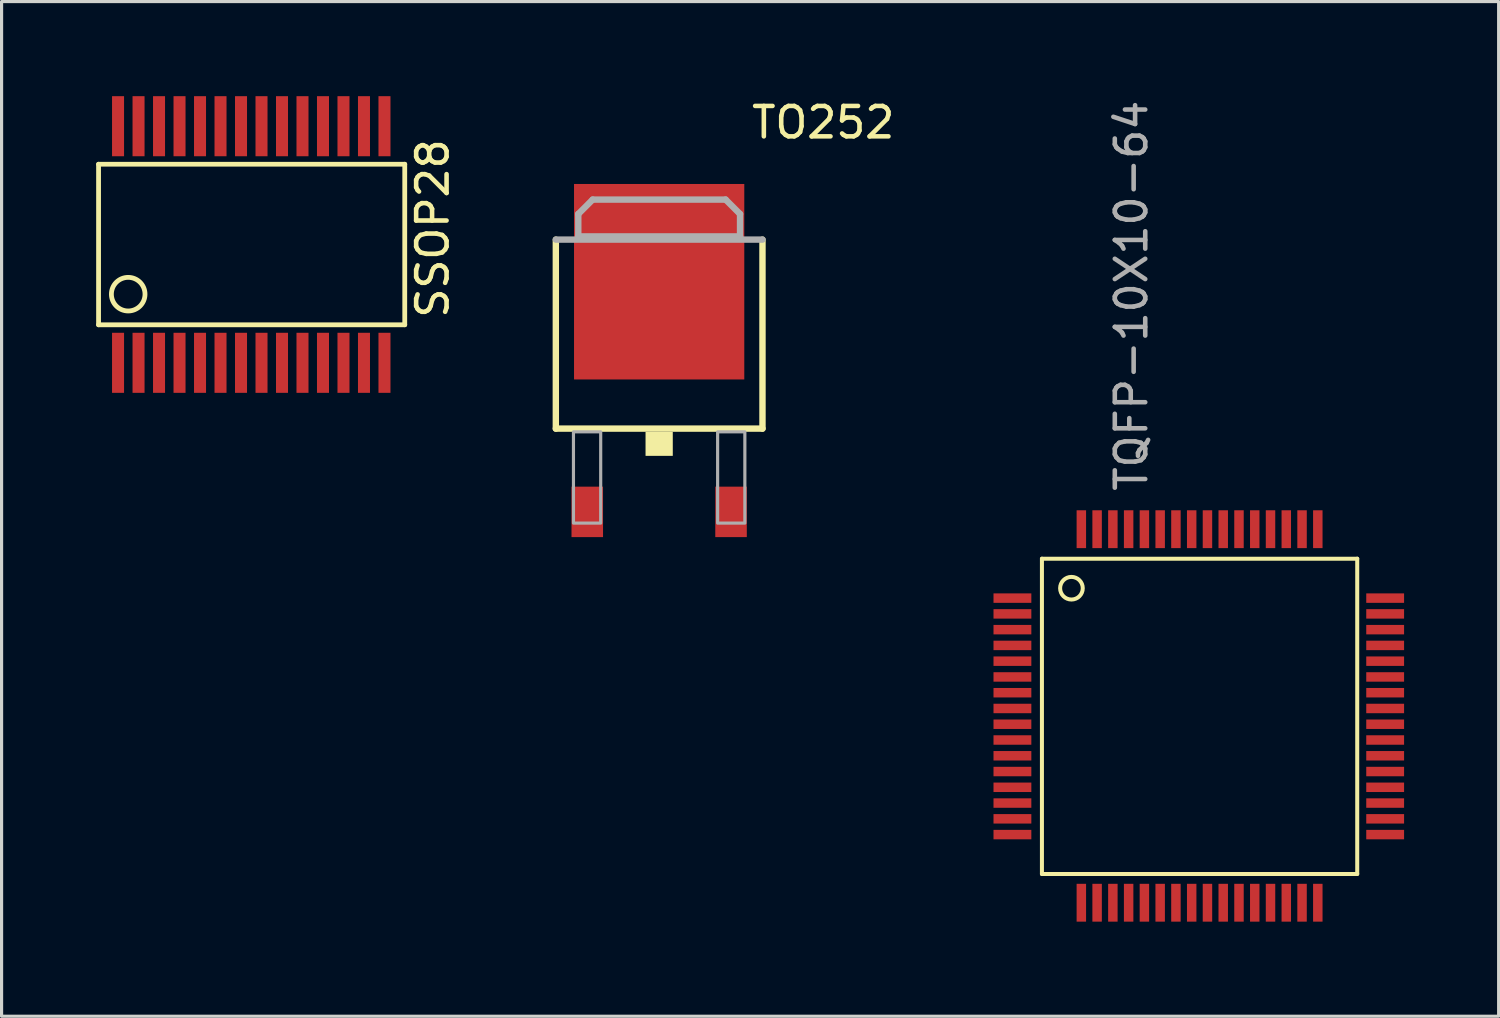
<source format=kicad_pcb>
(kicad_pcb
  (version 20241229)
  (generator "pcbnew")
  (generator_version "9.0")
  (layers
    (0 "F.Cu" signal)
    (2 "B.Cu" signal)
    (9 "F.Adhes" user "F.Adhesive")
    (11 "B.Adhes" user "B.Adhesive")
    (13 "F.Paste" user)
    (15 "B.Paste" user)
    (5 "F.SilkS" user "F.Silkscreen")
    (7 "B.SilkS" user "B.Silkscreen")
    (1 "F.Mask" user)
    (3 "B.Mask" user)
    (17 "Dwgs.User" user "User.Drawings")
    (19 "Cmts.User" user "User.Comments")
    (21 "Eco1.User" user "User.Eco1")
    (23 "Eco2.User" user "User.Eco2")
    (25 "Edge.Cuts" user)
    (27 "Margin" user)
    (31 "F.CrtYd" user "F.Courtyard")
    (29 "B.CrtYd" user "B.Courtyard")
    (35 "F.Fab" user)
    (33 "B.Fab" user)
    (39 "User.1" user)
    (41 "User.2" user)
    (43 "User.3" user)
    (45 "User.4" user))
  (footprint "SSOP28"
    (layer "F.Cu")
    (at 5.244 4.705)
    (property "Reference" "SSOP28" (at 5.995 2.413 90) (layer "F.SilkS") (effects (font (size 0.965 0.965) (thickness 0.145)) (justify left bottom)))
    (attr through_hole)
    (fp_line (start -5.168 -2.546) (end -5.168 2.546) (stroke (width 0.152) (type solid)) (layer "F.SilkS"))
    (fp_line (start -5.168 2.546) (end 4.543 2.546) (stroke (width 0.152) (type solid)) (layer "F.SilkS"))
    (fp_line (start 4.543 -2.546) (end -5.168 -2.546) (stroke (width 0.152) (type solid)) (layer "F.SilkS"))
    (fp_line (start 4.543 2.546) (end 4.543 -2.546) (stroke (width 0.152) (type solid)) (layer "F.SilkS"))
    (fp_circle (center -4.228 1.575) (end -3.695 1.575) (stroke (width 0.152) (type solid)) (fill no) (layer "F.SilkS"))
    (pad "1" smd rect (at -4.55 3.752 90) (size 1.905 0.381) (layers "F.Cu" "F.Mask" "F.Paste"))
    (pad "2" smd rect (at -3.9 3.752 90) (size 1.905 0.381) (layers "F.Cu" "F.Mask" "F.Paste"))
    (pad "3" smd rect (at -3.25 3.752 90) (size 1.905 0.381) (layers "F.Cu" "F.Mask" "F.Paste"))
    (pad "4" smd rect (at -2.6 3.752 90) (size 1.905 0.381) (layers "F.Cu" "F.Mask" "F.Paste"))
    (pad "5" smd rect (at -1.95 3.752 90) (size 1.905 0.381) (layers "F.Cu" "F.Mask" "F.Paste"))
    (pad "6" smd rect (at -1.3 3.752 90) (size 1.905 0.381) (layers "F.Cu" "F.Mask" "F.Paste"))
    (pad "7" smd rect (at -0.65 3.752 90) (size 1.905 0.381) (layers "F.Cu" "F.Mask" "F.Paste"))
    (pad "8" smd rect (at 0 3.752 90) (size 1.905 0.381) (layers "F.Cu" "F.Mask" "F.Paste"))
    (pad "9" smd rect (at 0.65 3.752 90) (size 1.905 0.381) (layers "F.Cu" "F.Mask" "F.Paste"))
    (pad "10" smd rect (at 1.3 3.752 90) (size 1.905 0.381) (layers "F.Cu" "F.Mask" "F.Paste"))
    (pad "11" smd rect (at 1.95 3.752 90) (size 1.905 0.381) (layers "F.Cu" "F.Mask" "F.Paste"))
    (pad "12" smd rect (at 2.6 3.752 90) (size 1.905 0.381) (layers "F.Cu" "F.Mask" "F.Paste"))
    (pad "13" smd rect (at 3.25 3.752 90) (size 1.905 0.381) (layers "F.Cu" "F.Mask" "F.Paste"))
    (pad "14" smd rect (at 3.9 3.752 90) (size 1.905 0.381) (layers "F.Cu" "F.Mask" "F.Paste"))
    (pad "15" smd rect (at 3.9 -3.752 90) (size 1.905 0.381) (layers "F.Cu" "F.Mask" "F.Paste"))
    (pad "16" smd rect (at 3.25 -3.752 90) (size 1.905 0.381) (layers "F.Cu" "F.Mask" "F.Paste"))
    (pad "17" smd rect (at 2.6 -3.752 90) (size 1.905 0.381) (layers "F.Cu" "F.Mask" "F.Paste"))
    (pad "18" smd rect (at 1.95 -3.752 90) (size 1.905 0.381) (layers "F.Cu" "F.Mask" "F.Paste"))
    (pad "19" smd rect (at 1.3 -3.752 90) (size 1.905 0.381) (layers "F.Cu" "F.Mask" "F.Paste"))
    (pad "20" smd rect (at 0.65 -3.752 90) (size 1.905 0.381) (layers "F.Cu" "F.Mask" "F.Paste"))
    (pad "21" smd rect (at 0 -3.752 90) (size 1.905 0.381) (layers "F.Cu" "F.Mask" "F.Paste"))
    (pad "22" smd rect (at -0.65 -3.752 90) (size 1.905 0.381) (layers "F.Cu" "F.Mask" "F.Paste"))
    (pad "23" smd rect (at -1.3 -3.752 90) (size 1.905 0.381) (layers "F.Cu" "F.Mask" "F.Paste"))
    (pad "24" smd rect (at -1.95 -3.752 90) (size 1.905 0.381) (layers "F.Cu" "F.Mask" "F.Paste"))
    (pad "25" smd rect (at -2.6 -3.752 90) (size 1.905 0.381) (layers "F.Cu" "F.Mask" "F.Paste"))
    (pad "26" smd rect (at -3.25 -3.752 90) (size 1.905 0.381) (layers "F.Cu" "F.Mask" "F.Paste"))
    (pad "27" smd rect (at -3.9 -3.752 90) (size 1.905 0.381) (layers "F.Cu" "F.Mask" "F.Paste"))
    (pad "28" smd rect (at -4.55 -3.752 90) (size 1.905 0.381) (layers "F.Cu" "F.Mask" "F.Paste")))
  (footprint "TQFP-10X10-64"
    (layer "F.Cu")
    (at 34.996 19.67)
    (property "Reference" "TQFP-10X10-64" (at -1.598 -7.065 90) (layer "F.Fab") (effects (font (size 0.965 0.965) (thickness 0.145)) (justify left bottom)))
    (attr through_hole)
    (fp_line (start -5 -5) (end -5 5) (stroke (width 0.127) (type solid)) (layer "F.SilkS"))
    (fp_line (start -5 5) (end 5 5) (stroke (width 0.127) (type solid)) (layer "F.SilkS"))
    (fp_line (start 5 -5) (end -5 -5) (stroke (width 0.127) (type solid)) (layer "F.SilkS"))
    (fp_line (start 5 5) (end 5 -5) (stroke (width 0.127) (type solid)) (layer "F.SilkS"))
    (fp_circle (center -4.064 -4.064) (end -3.705 -4.064) (stroke (width 0.127) (type solid)) (fill no) (layer "F.SilkS"))
    (pad "1" smd rect (at -5.936 -3.75 270) (size 0.3 1.2) (layers "F.Cu" "F.Mask" "F.Paste"))
    (pad "2" smd rect (at -5.936 -3.25 270) (size 0.3 1.2) (layers "F.Cu" "F.Mask" "F.Paste"))
    (pad "3" smd rect (at -5.936 -2.75 270) (size 0.3 1.2) (layers "F.Cu" "F.Mask" "F.Paste"))
    (pad "4" smd rect (at -5.936 -2.25 270) (size 0.3 1.2) (layers "F.Cu" "F.Mask" "F.Paste"))
    (pad "5" smd rect (at -5.936 -1.75 270) (size 0.3 1.2) (layers "F.Cu" "F.Mask" "F.Paste"))
    (pad "6" smd rect (at -5.936 -1.25 270) (size 0.3 1.2) (layers "F.Cu" "F.Mask" "F.Paste"))
    (pad "7" smd rect (at -5.936 -0.75 270) (size 0.3 1.2) (layers "F.Cu" "F.Mask" "F.Paste"))
    (pad "8" smd rect (at -5.936 -0.25 270) (size 0.3 1.2) (layers "F.Cu" "F.Mask" "F.Paste"))
    (pad "9" smd rect (at -5.936 0.25 270) (size 0.3 1.2) (layers "F.Cu" "F.Mask" "F.Paste"))
    (pad "10" smd rect (at -5.936 0.75 270) (size 0.3 1.2) (layers "F.Cu" "F.Mask" "F.Paste"))
    (pad "11" smd rect (at -5.936 1.25 270) (size 0.3 1.2) (layers "F.Cu" "F.Mask" "F.Paste"))
    (pad "12" smd rect (at -5.936 1.75 270) (size 0.3 1.2) (layers "F.Cu" "F.Mask" "F.Paste"))
    (pad "13" smd rect (at -5.936 2.25 270) (size 0.3 1.2) (layers "F.Cu" "F.Mask" "F.Paste"))
    (pad "14" smd rect (at -5.936 2.75 270) (size 0.3 1.2) (layers "F.Cu" "F.Mask" "F.Paste"))
    (pad "15" smd rect (at -5.936 3.25 270) (size 0.3 1.2) (layers "F.Cu" "F.Mask" "F.Paste"))
    (pad "16" smd rect (at -5.936 3.75 270) (size 0.3 1.2) (layers "F.Cu" "F.Mask" "F.Paste"))
    (pad "17" smd rect (at -3.75 5.911) (size 0.3 1.2) (layers "F.Cu" "F.Mask" "F.Paste"))
    (pad "18" smd rect (at -3.25 5.911) (size 0.3 1.2) (layers "F.Cu" "F.Mask" "F.Paste"))
    (pad "19" smd rect (at -2.75 5.911) (size 0.3 1.2) (layers "F.Cu" "F.Mask" "F.Paste"))
    (pad "20" smd rect (at -2.25 5.911) (size 0.3 1.2) (layers "F.Cu" "F.Mask" "F.Paste"))
    (pad "21" smd rect (at -1.75 5.911) (size 0.3 1.2) (layers "F.Cu" "F.Mask" "F.Paste"))
    (pad "22" smd rect (at -1.25 5.911) (size 0.3 1.2) (layers "F.Cu" "F.Mask" "F.Paste"))
    (pad "23" smd rect (at -0.75 5.911) (size 0.3 1.2) (layers "F.Cu" "F.Mask" "F.Paste"))
    (pad "24" smd rect (at -0.25 5.911) (size 0.3 1.2) (layers "F.Cu" "F.Mask" "F.Paste"))
    (pad "25" smd rect (at 0.25 5.911) (size 0.3 1.2) (layers "F.Cu" "F.Mask" "F.Paste"))
    (pad "26" smd rect (at 0.75 5.911) (size 0.3 1.2) (layers "F.Cu" "F.Mask" "F.Paste"))
    (pad "27" smd rect (at 1.25 5.911) (size 0.3 1.2) (layers "F.Cu" "F.Mask" "F.Paste"))
    (pad "28" smd rect (at 1.75 5.911) (size 0.3 1.2) (layers "F.Cu" "F.Mask" "F.Paste"))
    (pad "29" smd rect (at 2.25 5.911) (size 0.3 1.2) (layers "F.Cu" "F.Mask" "F.Paste"))
    (pad "30" smd rect (at 2.75 5.911) (size 0.3 1.2) (layers "F.Cu" "F.Mask" "F.Paste"))
    (pad "31" smd rect (at 3.25 5.911) (size 0.3 1.2) (layers "F.Cu" "F.Mask" "F.Paste"))
    (pad "32" smd rect (at 3.75 5.911) (size 0.3 1.2) (layers "F.Cu" "F.Mask" "F.Paste"))
    (pad "33" smd rect (at 5.886 3.75 90) (size 0.3 1.2) (layers "F.Cu" "F.Mask" "F.Paste"))
    (pad "34" smd rect (at 5.886 3.25 90) (size 0.3 1.2) (layers "F.Cu" "F.Mask" "F.Paste"))
    (pad "35" smd rect (at 5.886 2.75 90) (size 0.3 1.2) (layers "F.Cu" "F.Mask" "F.Paste"))
    (pad "36" smd rect (at 5.886 2.25 90) (size 0.3 1.2) (layers "F.Cu" "F.Mask" "F.Paste"))
    (pad "37" smd rect (at 5.886 1.75 90) (size 0.3 1.2) (layers "F.Cu" "F.Mask" "F.Paste"))
    (pad "38" smd rect (at 5.886 1.25 90) (size 0.3 1.2) (layers "F.Cu" "F.Mask" "F.Paste"))
    (pad "39" smd rect (at 5.886 0.75 90) (size 0.3 1.2) (layers "F.Cu" "F.Mask" "F.Paste"))
    (pad "40" smd rect (at 5.886 0.25 90) (size 0.3 1.2) (layers "F.Cu" "F.Mask" "F.Paste"))
    (pad "41" smd rect (at 5.886 -0.25 90) (size 0.3 1.2) (layers "F.Cu" "F.Mask" "F.Paste"))
    (pad "42" smd rect (at 5.886 -0.75 90) (size 0.3 1.2) (layers "F.Cu" "F.Mask" "F.Paste"))
    (pad "43" smd rect (at 5.886 -1.25 90) (size 0.3 1.2) (layers "F.Cu" "F.Mask" "F.Paste"))
    (pad "44" smd rect (at 5.886 -1.75 90) (size 0.3 1.2) (layers "F.Cu" "F.Mask" "F.Paste"))
    (pad "45" smd rect (at 5.886 -2.25 90) (size 0.3 1.2) (layers "F.Cu" "F.Mask" "F.Paste"))
    (pad "46" smd rect (at 5.886 -2.75 90) (size 0.3 1.2) (layers "F.Cu" "F.Mask" "F.Paste"))
    (pad "47" smd rect (at 5.886 -3.25 90) (size 0.3 1.2) (layers "F.Cu" "F.Mask" "F.Paste"))
    (pad "48" smd rect (at 5.886 -3.75 90) (size 0.3 1.2) (layers "F.Cu" "F.Mask" "F.Paste"))
    (pad "49" smd rect (at 3.75 -5.936 180) (size 0.3 1.2) (layers "F.Cu" "F.Mask" "F.Paste"))
    (pad "50" smd rect (at 3.25 -5.936 180) (size 0.3 1.2) (layers "F.Cu" "F.Mask" "F.Paste"))
    (pad "51" smd rect (at 2.75 -5.936 180) (size 0.3 1.2) (layers "F.Cu" "F.Mask" "F.Paste"))
    (pad "52" smd rect (at 2.25 -5.936 180) (size 0.3 1.2) (layers "F.Cu" "F.Mask" "F.Paste"))
    (pad "53" smd rect (at 1.75 -5.936 180) (size 0.3 1.2) (layers "F.Cu" "F.Mask" "F.Paste"))
    (pad "54" smd rect (at 1.25 -5.936 180) (size 0.3 1.2) (layers "F.Cu" "F.Mask" "F.Paste"))
    (pad "55" smd rect (at 0.75 -5.936 180) (size 0.3 1.2) (layers "F.Cu" "F.Mask" "F.Paste"))
    (pad "56" smd rect (at 0.25 -5.936 180) (size 0.3 1.2) (layers "F.Cu" "F.Mask" "F.Paste"))
    (pad "57" smd rect (at -0.25 -5.936 180) (size 0.3 1.2) (layers "F.Cu" "F.Mask" "F.Paste"))
    (pad "58" smd rect (at -0.75 -5.936 180) (size 0.3 1.2) (layers "F.Cu" "F.Mask" "F.Paste"))
    (pad "59" smd rect (at -1.25 -5.936 180) (size 0.3 1.2) (layers "F.Cu" "F.Mask" "F.Paste"))
    (pad "60" smd rect (at -1.75 -5.936 180) (size 0.3 1.2) (layers "F.Cu" "F.Mask" "F.Paste"))
    (pad "61" smd rect (at -2.25 -5.936 180) (size 0.3 1.2) (layers "F.Cu" "F.Mask" "F.Paste"))
    (pad "62" smd rect (at -2.75 -5.936 180) (size 0.3 1.2) (layers "F.Cu" "F.Mask" "F.Paste"))
    (pad "63" smd rect (at -3.25 -5.936 180) (size 0.3 1.2) (layers "F.Cu" "F.Mask" "F.Paste"))
    (pad "64" smd rect (at -3.75 -5.936 180) (size 0.3 1.2) (layers "F.Cu" "F.Mask" "F.Paste")))
  (footprint "TO252"
    (layer "F.Cu")
    (at 17.856 8.385)
    (property "Reference" "TO252" (at 2.857 -6.985 180) (layer "F.SilkS") (effects (font (size 0.965 0.965) (thickness 0.145)) (justify left bottom)))
    (attr through_hole)
    (fp_line (start -3.277 2.159) (end -3.277 -3.835) (stroke (width 0.203) (type solid)) (layer "F.SilkS"))
    (fp_line (start 3.277 -3.835) (end 3.277 2.159) (stroke (width 0.203) (type solid)) (layer "F.SilkS"))
    (fp_line (start 3.277 2.159) (end -3.277 2.159) (stroke (width 0.203) (type solid)) (layer "F.SilkS"))
    (fp_poly (pts (xy -0.432 3.023) (xy 0.432 3.023) (xy 0.432 2.261) (xy -0.432 2.261)) (stroke (width 0) (type solid)) (fill yes) (layer "F.SilkS"))
    (fp_line (start -3.277 -3.835) (end 3.277 -3.835) (stroke (width 0.203) (type solid)) (layer "F.Fab"))
    (fp_line (start -2.565 -4.648) (end -2.108 -5.105) (stroke (width 0.203) (type solid)) (layer "F.Fab"))
    (fp_line (start -2.565 -3.937) (end -2.565 -4.648) (stroke (width 0.203) (type solid)) (layer "F.Fab"))
    (fp_line (start -2.108 -5.105) (end 2.108 -5.105) (stroke (width 0.203) (type solid)) (layer "F.Fab"))
    (fp_line (start 2.108 -5.105) (end 2.565 -4.648) (stroke (width 0.203) (type solid)) (layer "F.Fab"))
    (fp_line (start 2.565 -4.648) (end 2.565 -3.937) (stroke (width 0.203) (type solid)) (layer "F.Fab"))
    (fp_line (start 2.565 -3.937) (end -2.565 -3.937) (stroke (width 0.203) (type solid)) (layer "F.Fab"))
    (fp_poly (pts (xy -2.718 5.156) (xy -1.854 5.156) (xy -1.854 2.261) (xy -2.718 2.261)) (stroke (width 0.1) (type solid)) (fill no) (layer "F.Fab"))
    (fp_poly (pts (xy 1.854 5.156) (xy 2.718 5.156) (xy 2.718 2.261) (xy 1.854 2.261)) (stroke (width 0.1) (type solid)) (fill no) (layer "F.Fab"))
    (fp_poly (pts (xy -2.565 -3.937) (xy -2.565 -4.648) (xy -2.108 -5.105) (xy 2.108 -5.105) (xy 2.565 -4.648) (xy 2.565 -3.937)) (stroke (width 0.1) (type solid)) (fill no) (layer "F.Fab"))
    (pad "1" smd rect (at -2.28 4.8) (size 1 1.6) (layers "F.Cu" "F.Mask" "F.Paste"))
    (pad "2" smd rect (at 2.28 4.8) (size 1 1.6) (layers "F.Cu" "F.Mask" "F.Paste"))
    (pad "3" smd rect (at 0 -2.5) (size 5.4 6.2) (layers "F.Cu" "F.Mask" "F.Paste")))
  (gr_rect
    (start -3 -3)
    (end 44.481 29.181)
    (stroke (width 0.1) (type default))
    (fill no)
    (layer "Edge.Cuts")))
</source>
